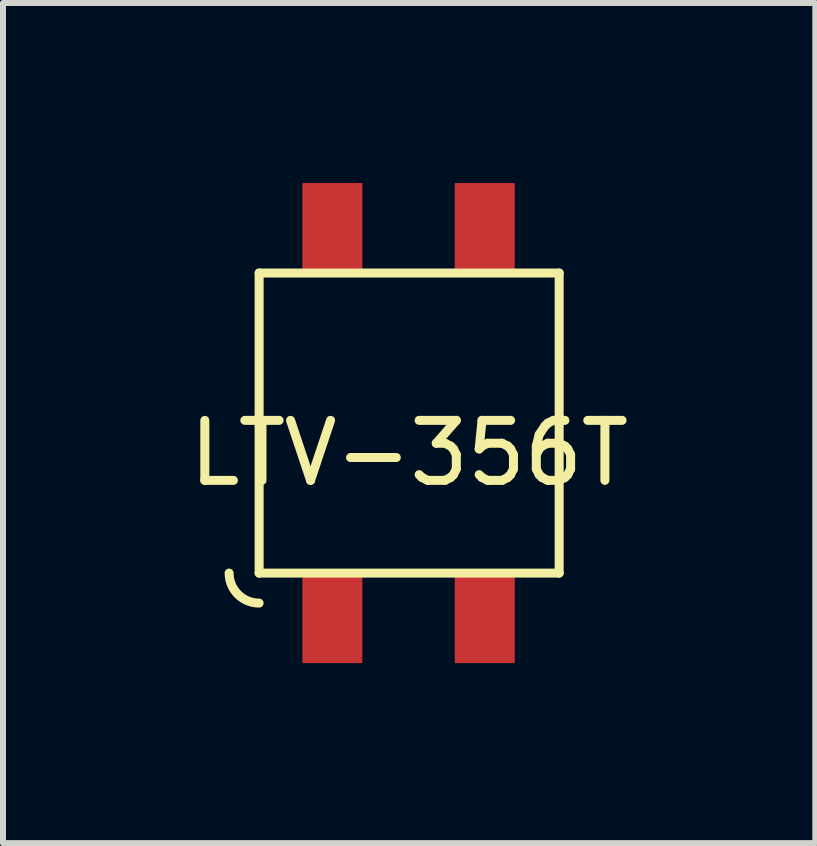
<source format=kicad_pcb>
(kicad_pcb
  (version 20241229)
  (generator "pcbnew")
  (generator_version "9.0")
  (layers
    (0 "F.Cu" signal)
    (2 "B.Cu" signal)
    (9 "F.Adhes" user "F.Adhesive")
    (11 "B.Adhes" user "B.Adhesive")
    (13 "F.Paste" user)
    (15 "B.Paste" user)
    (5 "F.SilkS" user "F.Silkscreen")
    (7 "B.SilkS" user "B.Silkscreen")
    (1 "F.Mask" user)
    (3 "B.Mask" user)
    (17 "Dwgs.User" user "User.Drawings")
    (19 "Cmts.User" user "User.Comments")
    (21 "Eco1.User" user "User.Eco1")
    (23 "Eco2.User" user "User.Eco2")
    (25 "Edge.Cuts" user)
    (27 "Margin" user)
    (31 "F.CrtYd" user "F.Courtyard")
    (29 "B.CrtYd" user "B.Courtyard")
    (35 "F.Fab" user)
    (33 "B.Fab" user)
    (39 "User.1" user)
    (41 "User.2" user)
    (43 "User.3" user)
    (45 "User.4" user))
  (footprint "LTV-356T"
    (layer "F.Cu")
    (at 3.768 4)
    (property "Reference" "LTV-356T" (at 0 0.5 0) (layer "F.SilkS") (effects (font (size 1 1) (thickness 0.15))))
    (attr through_hole)
    (fp_line (start -2.5 -2.5) (end 2.5 -2.5) (stroke (width 0.15) (type solid)) (layer "F.SilkS"))
    (fp_line (start -2.5 2.5) (end -2.5 -2.5) (stroke (width 0.15) (type solid)) (layer "F.SilkS"))
    (fp_line (start 2.5 -2.5) (end 2.5 2.5) (stroke (width 0.15) (type solid)) (layer "F.SilkS"))
    (fp_line (start 2.5 2.5) (end -2.5 2.5) (stroke (width 0.15) (type solid)) (layer "F.SilkS"))
    (fp_arc (start -2.5 3) (mid -2.853553 2.853553) (end -3 2.5) (stroke (width 0.15) (type solid)) (layer "F.SilkS"))
    (pad "1" smd rect (at -1.28 3.25) (size 1 1.5) (layers "F.Cu" "F.Mask" "F.Paste"))
    (pad "2" smd rect (at 1.26 3.25) (size 1 1.5) (layers "F.Cu" "F.Mask" "F.Paste"))
    (pad "3" smd rect (at 1.26 -3.25) (size 1 1.5) (layers "F.Cu" "F.Mask" "F.Paste"))
    (pad "4" smd rect (at -1.28 -3.25) (size 1 1.5) (layers "F.Cu" "F.Mask" "F.Paste")))
  (gr_rect
    (start -3 -3)
    (end 10.536 11)
    (stroke (width 0.1) (type default))
    (fill no)
    (layer "Edge.Cuts")))
</source>
